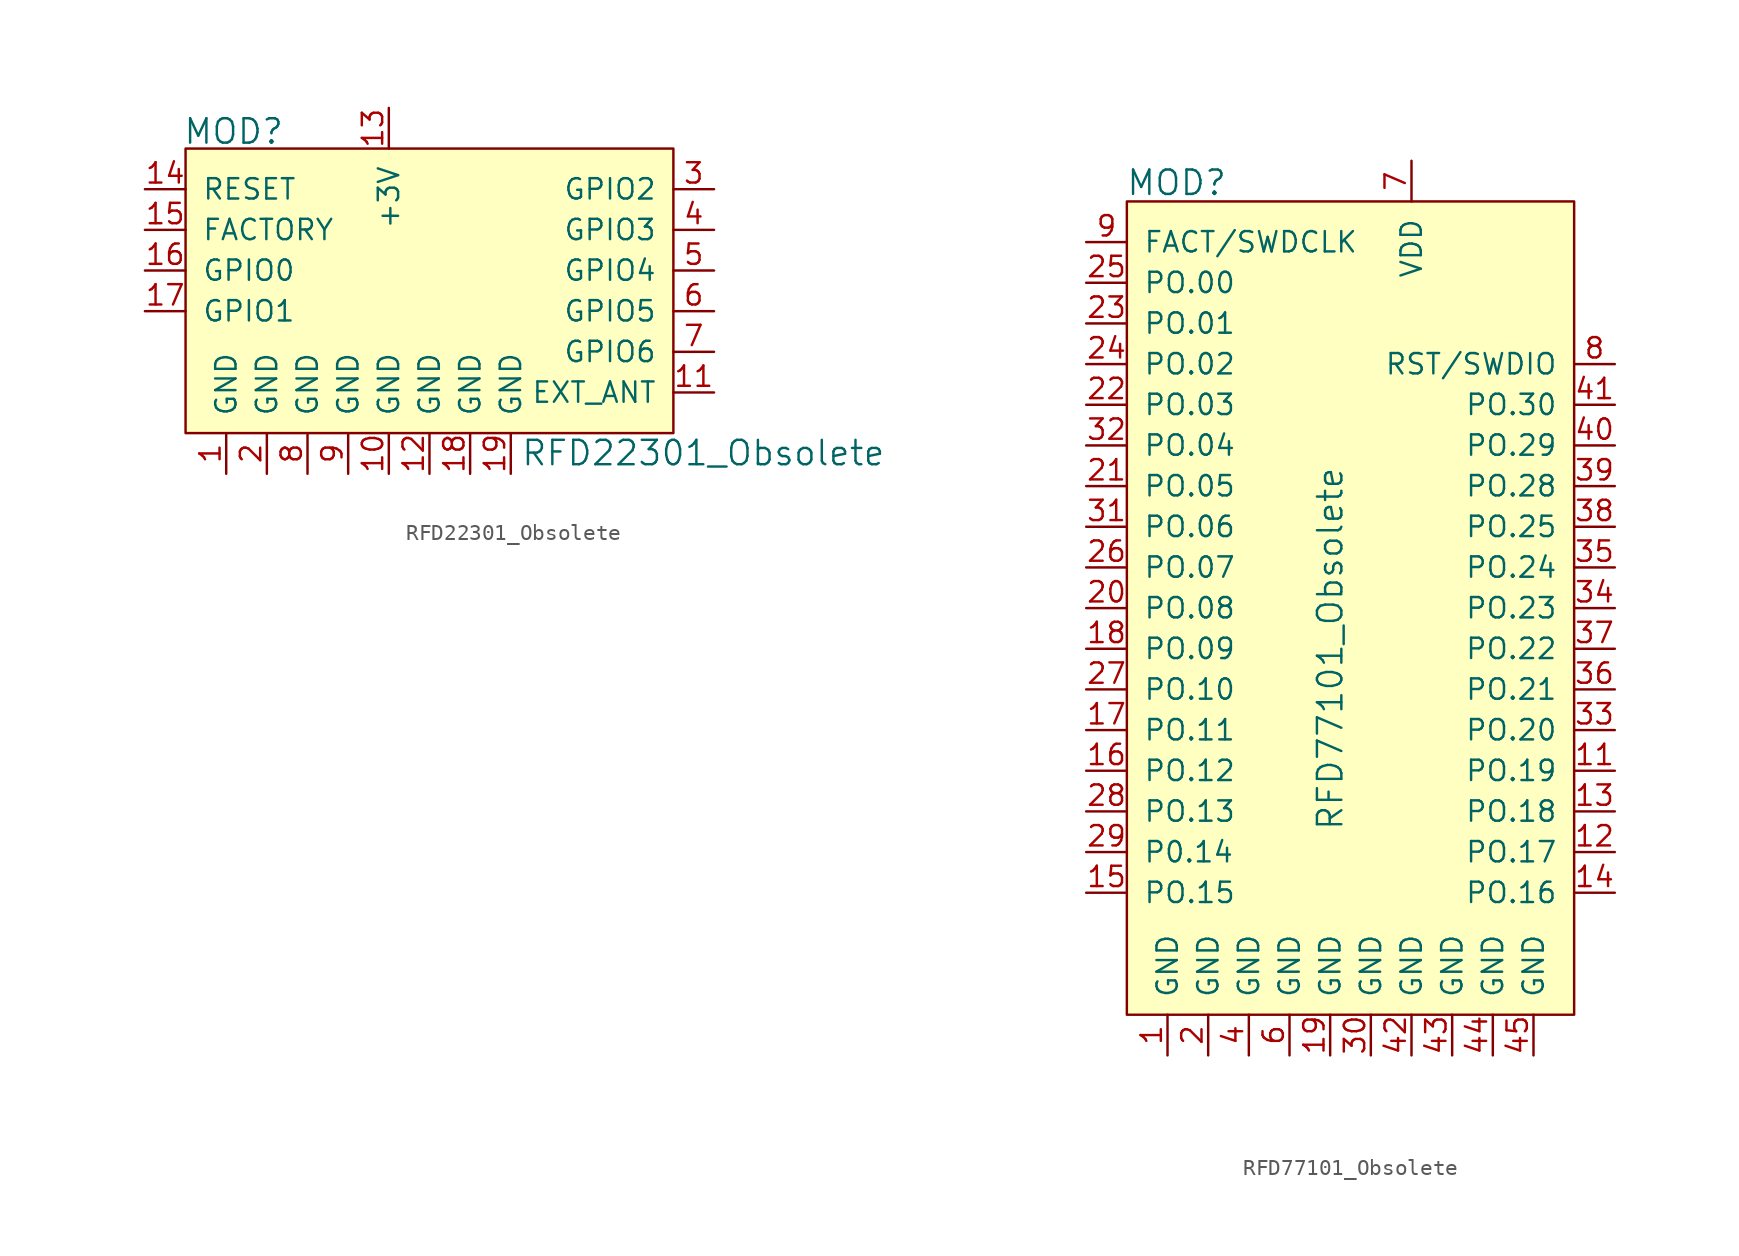
<source format=kicad_sym>
(kicad_symbol_lib
  (version 20220914)
  (generator kicad_symbol_editor)
  (symbol "RFD22301_Obsolete"
    (pin_names
      (offset 1.016))
    (property "Reference" "MOD"
      (at -15.418 11.227 0)
      (effects (font (size 1.524 1.524)) (justify left)))
    (property "Value" "RFD22301_Obsolete"
      (at 5.69 -8.865 0)
      (effects (font (size 1.524 1.524)) (justify left)))
    (symbol "RFD22301_Obsolete_1_0"
      (pin bidirectional line (at 17.78 0 180) (length 2.54) (name "GPIO5" (effects (font (size 1.27 1.27)))) (number "6" (effects (font (size 1.27 1.27))))))
    (symbol "RFD22301_Obsolete_1_1"
      (rectangle (start -15.24 10.16) (end 15.24 -7.62) (stroke (width 0) (type solid)) (fill (type background)))
      (pin power_in line (at -12.7 -10.16 90) (length 2.54) (name "GND" (effects (font (size 1.27 1.27)))) (number "1" (effects (font (size 1.27 1.27)))))
      (pin power_in line (at -2.54 -10.16 90) (length 2.54) (name "GND" (effects (font (size 1.27 1.27)))) (number "10" (effects (font (size 1.27 1.27)))))
      (pin bidirectional line (at 17.78 -5.08 180) (length 2.54) (name "EXT_ANT" (effects (font (size 1.27 1.27)))) (number "11" (effects (font (size 1.27 1.27)))))
      (pin power_in line (at 0 -10.16 90) (length 2.54) (name "GND" (effects (font (size 1.27 1.27)))) (number "12" (effects (font (size 1.27 1.27)))))
      (pin power_in line (at -2.54 12.7 270) (length 2.54) (name "+3V" (effects (font (size 1.27 1.27)))) (number "13" (effects (font (size 1.27 1.27)))))
      (pin input line (at -17.78 7.62 0) (length 2.54) (name "RESET" (effects (font (size 1.27 1.27)))) (number "14" (effects (font (size 1.27 1.27)))))
      (pin input line (at -17.78 5.08 0) (length 2.54) (name "FACTORY" (effects (font (size 1.27 1.27)))) (number "15" (effects (font (size 1.27 1.27)))))
      (pin bidirectional line (at -17.78 2.54 0) (length 2.54) (name "GPIO0" (effects (font (size 1.27 1.27)))) (number "16" (effects (font (size 1.27 1.27)))))
      (pin bidirectional line (at -17.78 0 0) (length 2.54) (name "GPIO1" (effects (font (size 1.27 1.27)))) (number "17" (effects (font (size 1.27 1.27)))))
      (pin power_in line (at 2.54 -10.16 90) (length 2.54) (name "GND" (effects (font (size 1.27 1.27)))) (number "18" (effects (font (size 1.27 1.27)))))
      (pin power_in line (at 5.08 -10.16 90) (length 2.54) (name "GND" (effects (font (size 1.27 1.27)))) (number "19" (effects (font (size 1.27 1.27)))))
      (pin power_in line (at -10.16 -10.16 90) (length 2.54) (name "GND" (effects (font (size 1.27 1.27)))) (number "2" (effects (font (size 1.27 1.27)))))
      (pin bidirectional line (at 17.78 7.62 180) (length 2.54) (name "GPIO2" (effects (font (size 1.27 1.27)))) (number "3" (effects (font (size 1.27 1.27)))))
      (pin bidirectional line (at 17.78 5.08 180) (length 2.54) (name "GPIO3" (effects (font (size 1.27 1.27)))) (number "4" (effects (font (size 1.27 1.27)))))
      (pin bidirectional line (at 17.78 2.54 180) (length 2.54) (name "GPIO4" (effects (font (size 1.27 1.27)))) (number "5" (effects (font (size 1.27 1.27)))))
      (pin bidirectional line (at 17.78 -2.54 180) (length 2.54) (name "GPIO6" (effects (font (size 1.27 1.27)))) (number "7" (effects (font (size 1.27 1.27)))))
      (pin power_in line (at -7.62 -10.16 90) (length 2.54) (name "GND" (effects (font (size 1.27 1.27)))) (number "8" (effects (font (size 1.27 1.27)))))
      (pin power_in line (at -5.08 -10.16 90) (length 2.54) (name "GND" (effects (font (size 1.27 1.27)))) (number "9" (effects (font (size 1.27 1.27)))))))
  (symbol "RFD77101_Obsolete"
    (pin_names
      (offset 1.016))
    (property "Reference" "MOD"
      (at -15.316 16.408 0)
      (effects (font (size 1.524 1.524)) (justify left)))
    (property "Value" "RFD77101_Obsolete"
      (at -2.54 -12.7 90)
      (effects (font (size 1.524 1.524))))
    (symbol "RFD77101_Obsolete_1_0"
      (pin bidirectional line (at -17.78 -25.4 0) (length 2.54) (name "P0.14" (effects (font (size 1.27 1.27)))) (number "29" (effects (font (size 1.27 1.27))))))
    (symbol "RFD77101_Obsolete_1_1"
      (rectangle (start -15.24 15.24) (end 12.7 -35.56) (stroke (width 0) (type solid)) (fill (type background)))
      (pin power_in line (at -12.7 -38.1 90) (length 2.54) (name "GND" (effects (font (size 1.27 1.27)))) (number "1" (effects (font (size 1.27 1.27)))))
      (pin no_connect line (at 15.24 12.7 180) (length 2.54) hide (name "DNC" (effects (font (size 1.27 1.27)))) (number "10" (effects (font (size 1.27 1.27)))))
      (pin bidirectional line (at 15.24 -20.32 180) (length 2.54) (name "PO.19" (effects (font (size 1.27 1.27)))) (number "11" (effects (font (size 1.27 1.27)))))
      (pin bidirectional line (at 15.24 -25.4 180) (length 2.54) (name "PO.17" (effects (font (size 1.27 1.27)))) (number "12" (effects (font (size 1.27 1.27)))))
      (pin bidirectional line (at 15.24 -22.86 180) (length 2.54) (name "PO.18" (effects (font (size 1.27 1.27)))) (number "13" (effects (font (size 1.27 1.27)))))
      (pin bidirectional line (at 15.24 -27.94 180) (length 2.54) (name "PO.16" (effects (font (size 1.27 1.27)))) (number "14" (effects (font (size 1.27 1.27)))))
      (pin bidirectional line (at -17.78 -27.94 0) (length 2.54) (name "PO.15" (effects (font (size 1.27 1.27)))) (number "15" (effects (font (size 1.27 1.27)))))
      (pin bidirectional line (at -17.78 -20.32 0) (length 2.54) (name "PO.12" (effects (font (size 1.27 1.27)))) (number "16" (effects (font (size 1.27 1.27)))))
      (pin bidirectional line (at -17.78 -17.78 0) (length 2.54) (name "PO.11" (effects (font (size 1.27 1.27)))) (number "17" (effects (font (size 1.27 1.27)))))
      (pin bidirectional line (at -17.78 -12.7 0) (length 2.54) (name "PO.09" (effects (font (size 1.27 1.27)))) (number "18" (effects (font (size 1.27 1.27)))))
      (pin power_in line (at -2.54 -38.1 90) (length 2.54) (name "GND" (effects (font (size 1.27 1.27)))) (number "19" (effects (font (size 1.27 1.27)))))
      (pin power_in line (at -10.16 -38.1 90) (length 2.54) (name "GND" (effects (font (size 1.27 1.27)))) (number "2" (effects (font (size 1.27 1.27)))))
      (pin bidirectional line (at -17.78 -10.16 0) (length 2.54) (name "PO.08" (effects (font (size 1.27 1.27)))) (number "20" (effects (font (size 1.27 1.27)))))
      (pin bidirectional line (at -17.78 -2.54 0) (length 2.54) (name "PO.05" (effects (font (size 1.27 1.27)))) (number "21" (effects (font (size 1.27 1.27)))))
      (pin bidirectional line (at -17.78 2.54 0) (length 2.54) (name "PO.03" (effects (font (size 1.27 1.27)))) (number "22" (effects (font (size 1.27 1.27)))))
      (pin bidirectional line (at -17.78 7.62 0) (length 2.54) (name "PO.01" (effects (font (size 1.27 1.27)))) (number "23" (effects (font (size 1.27 1.27)))))
      (pin bidirectional line (at -17.78 5.08 0) (length 2.54) (name "PO.02" (effects (font (size 1.27 1.27)))) (number "24" (effects (font (size 1.27 1.27)))))
      (pin bidirectional line (at -17.78 10.16 0) (length 2.54) (name "PO.00" (effects (font (size 1.27 1.27)))) (number "25" (effects (font (size 1.27 1.27)))))
      (pin bidirectional line (at -17.78 -7.62 0) (length 2.54) (name "PO.07" (effects (font (size 1.27 1.27)))) (number "26" (effects (font (size 1.27 1.27)))))
      (pin bidirectional line (at -17.78 -15.24 0) (length 2.54) (name "PO.10" (effects (font (size 1.27 1.27)))) (number "27" (effects (font (size 1.27 1.27)))))
      (pin bidirectional line (at -17.78 -22.86 0) (length 2.54) (name "PO.13" (effects (font (size 1.27 1.27)))) (number "28" (effects (font (size 1.27 1.27)))))
      (pin no_connect line (at 15.24 7.62 180) (length 2.54) hide (name "DNC" (effects (font (size 1.27 1.27)))) (number "3" (effects (font (size 1.27 1.27)))))
      (pin power_in line (at 0 -38.1 90) (length 2.54) (name "GND" (effects (font (size 1.27 1.27)))) (number "30" (effects (font (size 1.27 1.27)))))
      (pin bidirectional line (at -17.78 -5.08 0) (length 2.54) (name "PO.06" (effects (font (size 1.27 1.27)))) (number "31" (effects (font (size 1.27 1.27)))))
      (pin bidirectional line (at -17.78 0 0) (length 2.54) (name "PO.04" (effects (font (size 1.27 1.27)))) (number "32" (effects (font (size 1.27 1.27)))))
      (pin bidirectional line (at 15.24 -17.78 180) (length 2.54) (name "PO.20" (effects (font (size 1.27 1.27)))) (number "33" (effects (font (size 1.27 1.27)))))
      (pin bidirectional line (at 15.24 -10.16 180) (length 2.54) (name "PO.23" (effects (font (size 1.27 1.27)))) (number "34" (effects (font (size 1.27 1.27)))))
      (pin bidirectional line (at 15.24 -7.62 180) (length 2.54) (name "PO.24" (effects (font (size 1.27 1.27)))) (number "35" (effects (font (size 1.27 1.27)))))
      (pin bidirectional line (at 15.24 -15.24 180) (length 2.54) (name "PO.21" (effects (font (size 1.27 1.27)))) (number "36" (effects (font (size 1.27 1.27)))))
      (pin bidirectional line (at 15.24 -12.7 180) (length 2.54) (name "PO.22" (effects (font (size 1.27 1.27)))) (number "37" (effects (font (size 1.27 1.27)))))
      (pin bidirectional line (at 15.24 -5.08 180) (length 2.54) (name "PO.25" (effects (font (size 1.27 1.27)))) (number "38" (effects (font (size 1.27 1.27)))))
      (pin bidirectional line (at 15.24 -2.54 180) (length 2.54) (name "PO.28" (effects (font (size 1.27 1.27)))) (number "39" (effects (font (size 1.27 1.27)))))
      (pin power_in line (at -7.62 -38.1 90) (length 2.54) (name "GND" (effects (font (size 1.27 1.27)))) (number "4" (effects (font (size 1.27 1.27)))))
      (pin bidirectional line (at 15.24 0 180) (length 2.54) (name "PO.29" (effects (font (size 1.27 1.27)))) (number "40" (effects (font (size 1.27 1.27)))))
      (pin bidirectional line (at 15.24 2.54 180) (length 2.54) (name "PO.30" (effects (font (size 1.27 1.27)))) (number "41" (effects (font (size 1.27 1.27)))))
      (pin power_in line (at 2.54 -38.1 90) (length 2.54) (name "GND" (effects (font (size 1.27 1.27)))) (number "42" (effects (font (size 1.27 1.27)))))
      (pin power_in line (at 5.08 -38.1 90) (length 2.54) (name "GND" (effects (font (size 1.27 1.27)))) (number "43" (effects (font (size 1.27 1.27)))))
      (pin power_in line (at 7.62 -38.1 90) (length 2.54) (name "GND" (effects (font (size 1.27 1.27)))) (number "44" (effects (font (size 1.27 1.27)))))
      (pin power_in line (at 10.16 -38.1 90) (length 2.54) (name "GND" (effects (font (size 1.27 1.27)))) (number "45" (effects (font (size 1.27 1.27)))))
      (pin no_connect line (at 15.24 10.16 180) (length 2.54) hide (name "DNC" (effects (font (size 1.27 1.27)))) (number "5" (effects (font (size 1.27 1.27)))))
      (pin power_in line (at -5.08 -38.1 90) (length 2.54) (name "GND" (effects (font (size 1.27 1.27)))) (number "6" (effects (font (size 1.27 1.27)))))
      (pin power_in line (at 2.54 17.78 270) (length 2.54) (name "VDD" (effects (font (size 1.27 1.27)))) (number "7" (effects (font (size 1.27 1.27)))))
      (pin bidirectional line (at 15.24 5.08 180) (length 2.54) (name "RST/SWDIO" (effects (font (size 1.27 1.27)))) (number "8" (effects (font (size 1.27 1.27)))))
      (pin input line (at -17.78 12.7 0) (length 2.54) (name "FACT/SWDCLK" (effects (font (size 1.27 1.27)))) (number "9" (effects (font (size 1.27 1.27))))))))
</source>
